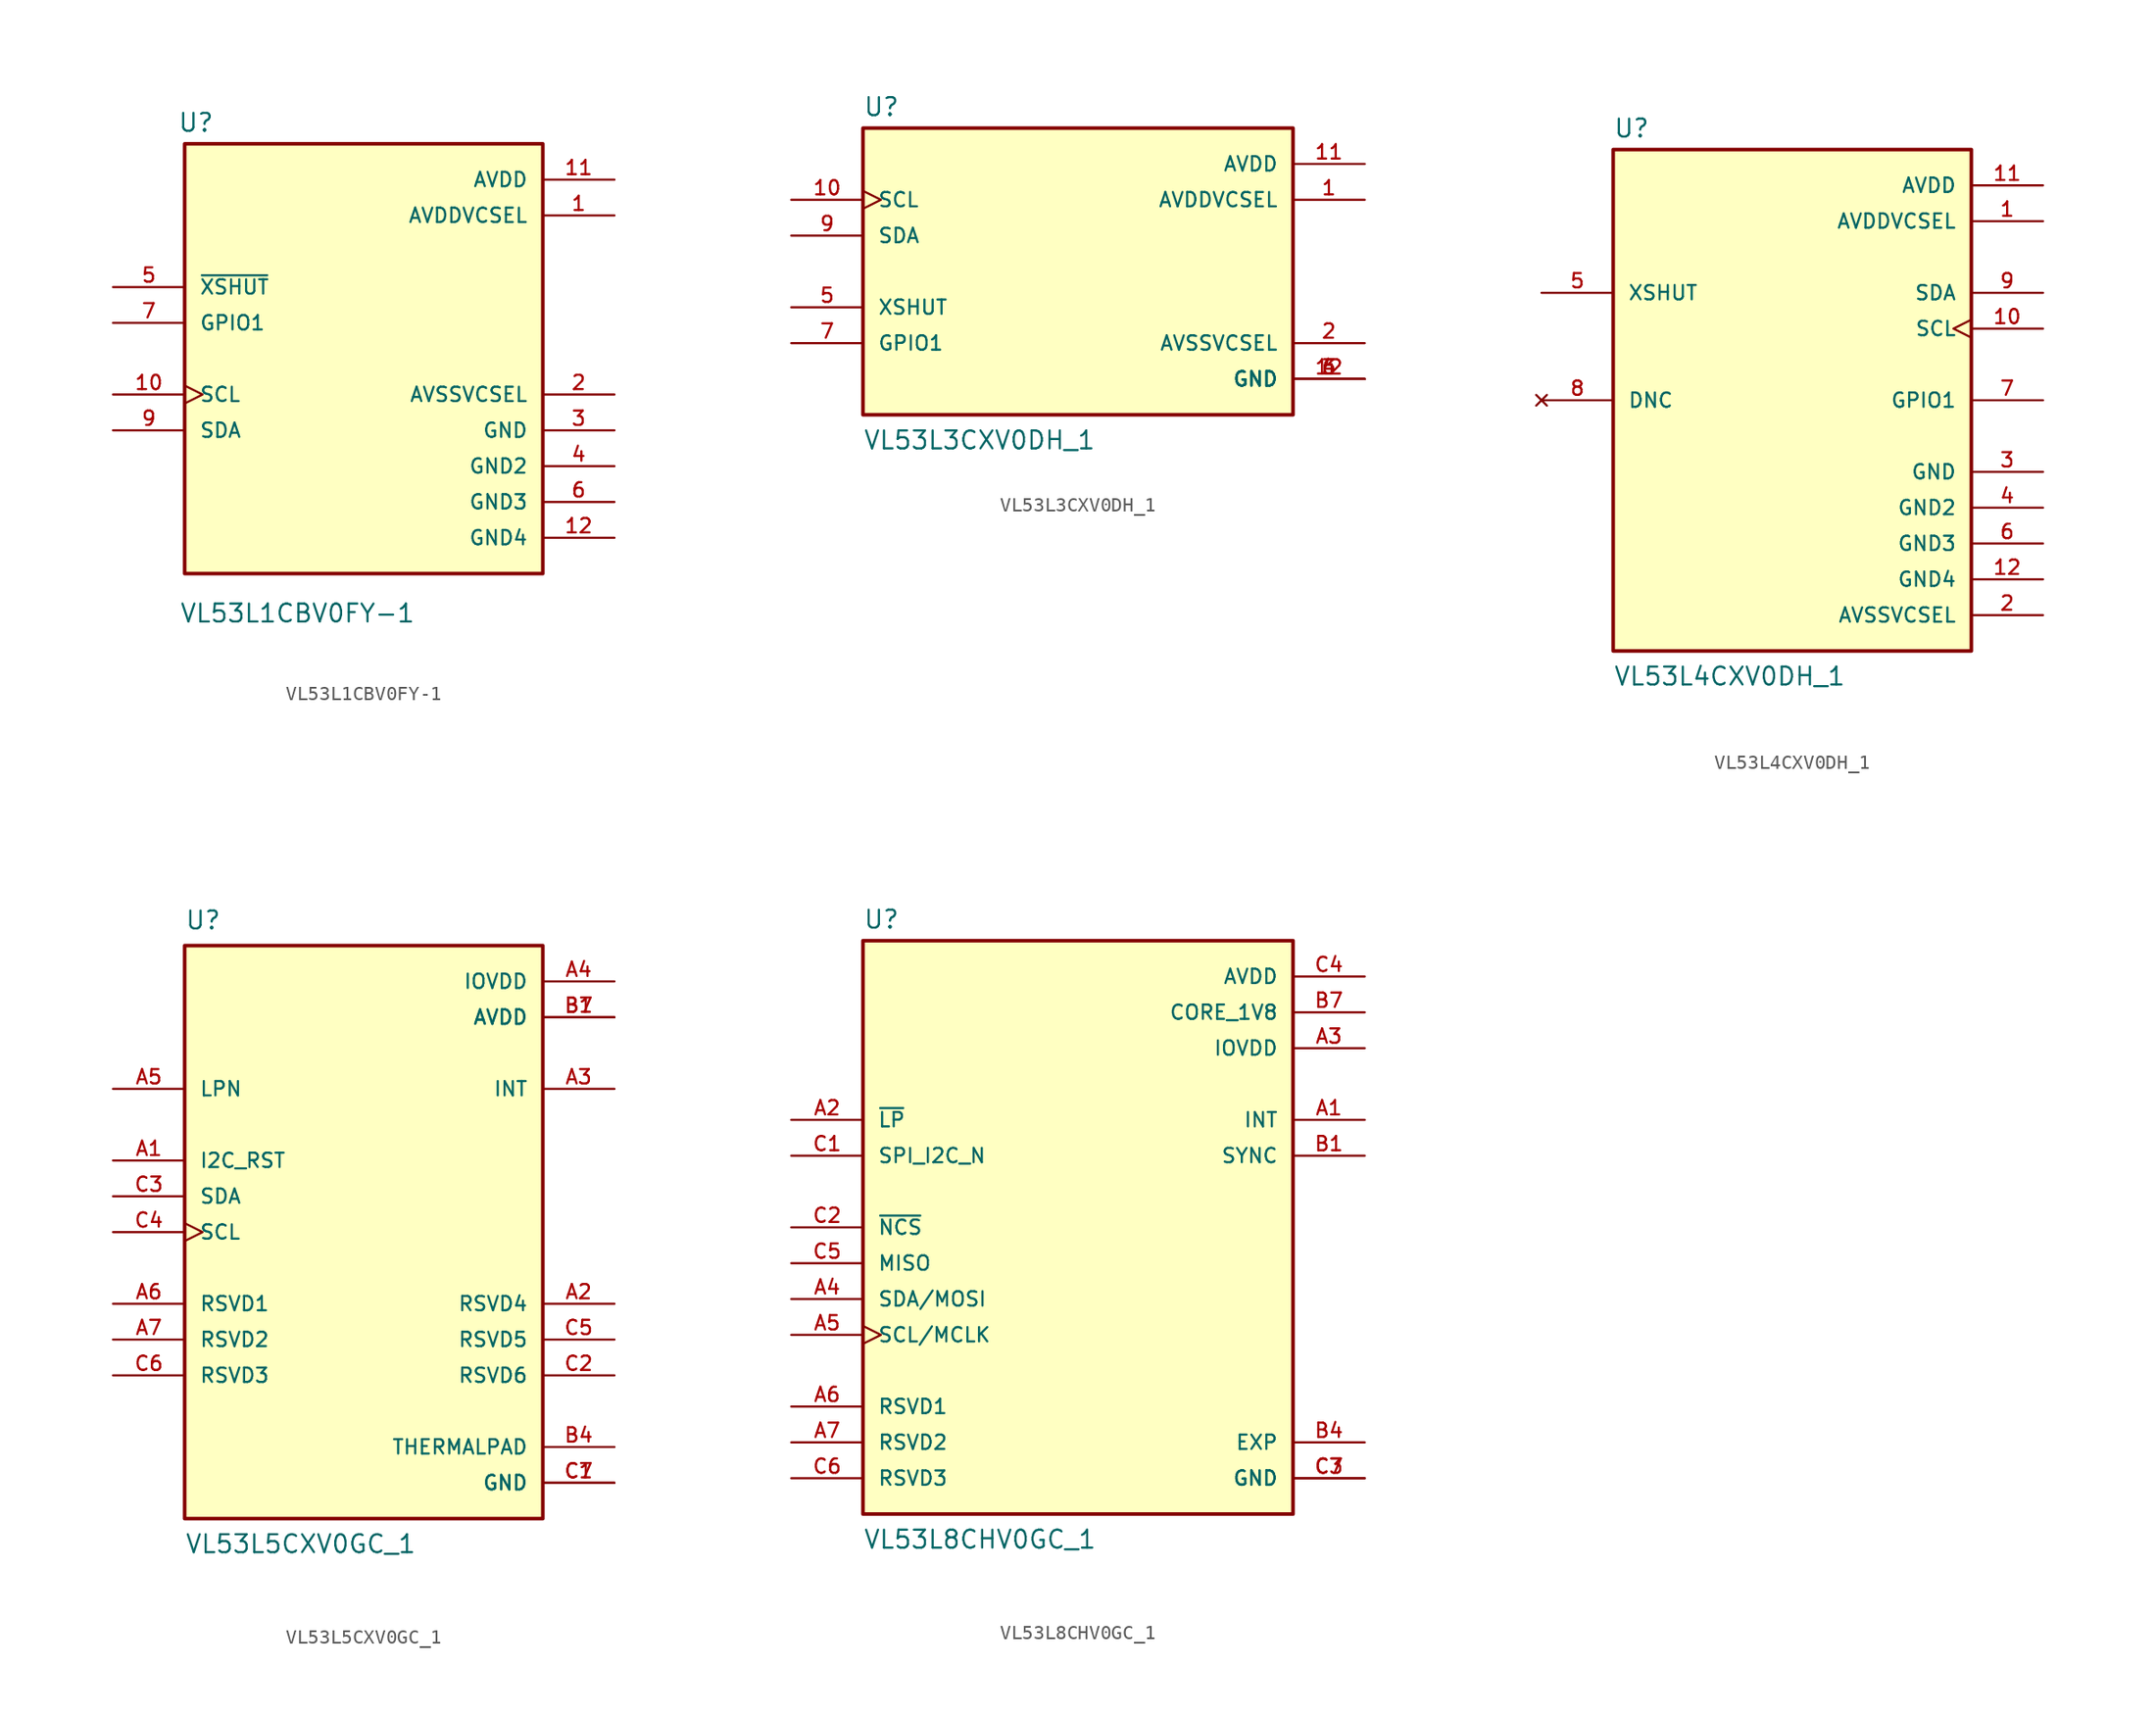
<source format=kicad_sym>
(kicad_symbol_lib
  (version 20231120)
  (generator "kicad_symbol_editor")
  (generator_version "8.0")
  (symbol "VL53L1CBV0FY-1"
    (pin_names
      (offset 1.016))
    (property "Reference" "U"
      (at -13.206 16.003 0)
      (effects (font (size 1.27 1.27)) (justify left bottom)))
    (property "Value" "VL53L1CBV0FY-1"
      (at -13.077 -18.798 0)
      (effects (font (size 1.27 1.27)) (justify left bottom)))
    (symbol "VL53L1CBV0FY-1_0_0"
      (rectangle (start -12.7 -15.24) (end 12.7 15.24) (stroke (width 0.254) (type default)) (fill (type background)))
      (pin power_in line (at 17.78 10.16 180) (length 5.08) (name "AVDDVCSEL" (effects (font (size 1.016 1.016)))) (number "1" (effects (font (size 1.016 1.016)))))
      (pin input clock (at -17.78 -2.54 0) (length 5.08) (name "SCL" (effects (font (size 1.016 1.016)))) (number "10" (effects (font (size 1.016 1.016)))))
      (pin power_in line (at 17.78 12.7 180) (length 5.08) (name "AVDD" (effects (font (size 1.016 1.016)))) (number "11" (effects (font (size 1.016 1.016)))))
      (pin power_in line (at 17.78 -12.7 180) (length 5.08) (name "GND4" (effects (font (size 1.016 1.016)))) (number "12" (effects (font (size 1.016 1.016)))))
      (pin power_in line (at 17.78 -2.54 180) (length 5.08) (name "AVSSVCSEL" (effects (font (size 1.016 1.016)))) (number "2" (effects (font (size 1.016 1.016)))))
      (pin power_in line (at 17.78 -5.08 180) (length 5.08) (name "GND" (effects (font (size 1.016 1.016)))) (number "3" (effects (font (size 1.016 1.016)))))
      (pin power_in line (at 17.78 -7.62 180) (length 5.08) (name "GND2" (effects (font (size 1.016 1.016)))) (number "4" (effects (font (size 1.016 1.016)))))
      (pin input line (at -17.78 5.08 0) (length 5.08) (name "~{XSHUT}" (effects (font (size 1.016 1.016)))) (number "5" (effects (font (size 1.016 1.016)))))
      (pin power_in line (at 17.78 -10.16 180) (length 5.08) (name "GND3" (effects (font (size 1.016 1.016)))) (number "6" (effects (font (size 1.016 1.016)))))
      (pin output line (at -17.78 2.54 0) (length 5.08) (name "GPIO1" (effects (font (size 1.016 1.016)))) (number "7" (effects (font (size 1.016 1.016)))))
      (pin bidirectional line (at -17.78 -5.08 0) (length 5.08) (name "SDA" (effects (font (size 1.016 1.016)))) (number "9" (effects (font (size 1.016 1.016)))))))
  (symbol "VL53L3CXV0DH_1"
    (pin_names
      (offset 1.016))
    (property "Reference" "U"
      (at -15.24 10.922 0)
      (effects (font (size 1.27 1.27)) (justify left bottom)))
    (property "Value" "VL53L3CXV0DH_1"
      (at -15.24 -12.7 0)
      (effects (font (size 1.27 1.27)) (justify left bottom)))
    (symbol "VL53L3CXV0DH_1_0_0"
      (rectangle (start -15.24 -10.16) (end 15.24 10.16) (stroke (width 0.254) (type default)) (fill (type background)))
      (pin power_in line (at 20.32 5.08 180) (length 5.08) (name "AVDDVCSEL" (effects (font (size 1.016 1.016)))) (number "1" (effects (font (size 1.016 1.016)))))
      (pin input clock (at -20.32 5.08 0) (length 5.08) (name "SCL" (effects (font (size 1.016 1.016)))) (number "10" (effects (font (size 1.016 1.016)))))
      (pin power_in line (at 20.32 7.62 180) (length 5.08) (name "AVDD" (effects (font (size 1.016 1.016)))) (number "11" (effects (font (size 1.016 1.016)))))
      (pin power_in line (at 20.32 -7.62 180) (length 5.08) (name "GND" (effects (font (size 1.016 1.016)))) (number "12" (effects (font (size 1.016 1.016)))))
      (pin power_in line (at 20.32 -5.08 180) (length 5.08) (name "AVSSVCSEL" (effects (font (size 1.016 1.016)))) (number "2" (effects (font (size 1.016 1.016)))))
      (pin power_in line (at 20.32 -7.62 180) (length 5.08) (name "GND" (effects (font (size 1.016 1.016)))) (number "3" (effects (font (size 1.016 1.016)))))
      (pin power_in line (at 20.32 -7.62 180) (length 5.08) (name "GND" (effects (font (size 1.016 1.016)))) (number "4" (effects (font (size 1.016 1.016)))))
      (pin input line (at -20.32 -2.54 0) (length 5.08) (name "XSHUT" (effects (font (size 1.016 1.016)))) (number "5" (effects (font (size 1.016 1.016)))))
      (pin power_in line (at 20.32 -7.62 180) (length 5.08) (name "GND" (effects (font (size 1.016 1.016)))) (number "6" (effects (font (size 1.016 1.016)))))
      (pin output line (at -20.32 -5.08 0) (length 5.08) (name "GPIO1" (effects (font (size 1.016 1.016)))) (number "7" (effects (font (size 1.016 1.016)))))
      (pin bidirectional line (at -20.32 2.54 0) (length 5.08) (name "SDA" (effects (font (size 1.016 1.016)))) (number "9" (effects (font (size 1.016 1.016)))))))
  (symbol "VL53L4CXV0DH_1"
    (pin_names
      (offset 1.016))
    (property "Reference" "U"
      (at -12.7 18.542 0)
      (effects (font (size 1.27 1.27)) (justify left bottom)))
    (property "Value" "VL53L4CXV0DH_1"
      (at -12.7 -20.32 0)
      (effects (font (size 1.27 1.27)) (justify left bottom)))
    (symbol "VL53L4CXV0DH_1_0_0"
      (rectangle (start -12.7 -17.78) (end 12.7 17.78) (stroke (width 0.254) (type default)) (fill (type background)))
      (pin power_in line (at 17.78 12.7 180) (length 5.08) (name "AVDDVCSEL" (effects (font (size 1.016 1.016)))) (number "1" (effects (font (size 1.016 1.016)))))
      (pin input clock (at 17.78 5.08 180) (length 5.08) (name "SCL" (effects (font (size 1.016 1.016)))) (number "10" (effects (font (size 1.016 1.016)))))
      (pin power_in line (at 17.78 15.24 180) (length 5.08) (name "AVDD" (effects (font (size 1.016 1.016)))) (number "11" (effects (font (size 1.016 1.016)))))
      (pin power_in line (at 17.78 -12.7 180) (length 5.08) (name "GND4" (effects (font (size 1.016 1.016)))) (number "12" (effects (font (size 1.016 1.016)))))
      (pin power_in line (at 17.78 -15.24 180) (length 5.08) (name "AVSSVCSEL" (effects (font (size 1.016 1.016)))) (number "2" (effects (font (size 1.016 1.016)))))
      (pin power_in line (at 17.78 -5.08 180) (length 5.08) (name "GND" (effects (font (size 1.016 1.016)))) (number "3" (effects (font (size 1.016 1.016)))))
      (pin power_in line (at 17.78 -7.62 180) (length 5.08) (name "GND2" (effects (font (size 1.016 1.016)))) (number "4" (effects (font (size 1.016 1.016)))))
      (pin input line (at -17.78 7.62 0) (length 5.08) (name "XSHUT" (effects (font (size 1.016 1.016)))) (number "5" (effects (font (size 1.016 1.016)))))
      (pin power_in line (at 17.78 -10.16 180) (length 5.08) (name "GND3" (effects (font (size 1.016 1.016)))) (number "6" (effects (font (size 1.016 1.016)))))
      (pin output line (at 17.78 0 180) (length 5.08) (name "GPIO1" (effects (font (size 1.016 1.016)))) (number "7" (effects (font (size 1.016 1.016)))))
      (pin no_connect line (at -17.78 0 0) (length 5.08) (name "DNC" (effects (font (size 1.016 1.016)))) (number "8" (effects (font (size 1.016 1.016)))))
      (pin bidirectional line (at 17.78 7.62 180) (length 5.08) (name "SDA" (effects (font (size 1.016 1.016)))) (number "9" (effects (font (size 1.016 1.016)))))))
  (symbol "VL53L5CXV0GC_1"
    (pin_names
      (offset 1.016))
    (property "Reference" "U"
      (at -12.7 22.86 0)
      (effects (font (size 1.27 1.27)) (justify left top)))
    (property "Value" "VL53L5CXV0GC_1"
      (at -12.7 -22.86 0)
      (effects (font (size 1.27 1.27)) (justify left bottom)))
    (symbol "VL53L5CXV0GC_1_0_0"
      (rectangle (start -12.7 -20.32) (end 12.7 20.32) (stroke (width 0.254) (type default)) (fill (type background)))
      (pin input line (at -17.78 5.08 0) (length 5.08) (name "I2C_RST" (effects (font (size 1.016 1.016)))) (number "A1" (effects (font (size 1.016 1.016)))))
      (pin power_in line (at 17.78 -5.08 180) (length 5.08) (name "RSVD4" (effects (font (size 1.016 1.016)))) (number "A2" (effects (font (size 1.016 1.016)))))
      (pin bidirectional line (at 17.78 10.16 180) (length 5.08) (name "INT" (effects (font (size 1.016 1.016)))) (number "A3" (effects (font (size 1.016 1.016)))))
      (pin power_in line (at 17.78 17.78 180) (length 5.08) (name "IOVDD" (effects (font (size 1.016 1.016)))) (number "A4" (effects (font (size 1.016 1.016)))))
      (pin input line (at -17.78 10.16 0) (length 5.08) (name "LPN" (effects (font (size 1.016 1.016)))) (number "A5" (effects (font (size 1.016 1.016)))))
      (pin power_in line (at -17.78 -5.08 0) (length 5.08) (name "RSVD1" (effects (font (size 1.016 1.016)))) (number "A6" (effects (font (size 1.016 1.016)))))
      (pin power_in line (at -17.78 -7.62 0) (length 5.08) (name "RSVD2" (effects (font (size 1.016 1.016)))) (number "A7" (effects (font (size 1.016 1.016)))))
      (pin power_in line (at 17.78 15.24 180) (length 5.08) (name "AVDD" (effects (font (size 1.016 1.016)))) (number "B1" (effects (font (size 1.016 1.016)))))
      (pin power_in line (at 17.78 -15.24 180) (length 5.08) (name "THERMALPAD" (effects (font (size 1.016 1.016)))) (number "B4" (effects (font (size 1.016 1.016)))))
      (pin power_in line (at 17.78 15.24 180) (length 5.08) (name "AVDD" (effects (font (size 1.016 1.016)))) (number "B7" (effects (font (size 1.016 1.016)))))
      (pin power_in line (at 17.78 -17.78 180) (length 5.08) (name "GND" (effects (font (size 1.016 1.016)))) (number "C1" (effects (font (size 1.016 1.016)))))
      (pin power_in line (at 17.78 -10.16 180) (length 5.08) (name "RSVD6" (effects (font (size 1.016 1.016)))) (number "C2" (effects (font (size 1.016 1.016)))))
      (pin bidirectional line (at -17.78 2.54 0) (length 5.08) (name "SDA" (effects (font (size 1.016 1.016)))) (number "C3" (effects (font (size 1.016 1.016)))))
      (pin input clock (at -17.78 0 0) (length 5.08) (name "SCL" (effects (font (size 1.016 1.016)))) (number "C4" (effects (font (size 1.016 1.016)))))
      (pin power_in line (at 17.78 -7.62 180) (length 5.08) (name "RSVD5" (effects (font (size 1.016 1.016)))) (number "C5" (effects (font (size 1.016 1.016)))))
      (pin power_in line (at -17.78 -10.16 0) (length 5.08) (name "RSVD3" (effects (font (size 1.016 1.016)))) (number "C6" (effects (font (size 1.016 1.016)))))
      (pin power_in line (at 17.78 -17.78 180) (length 5.08) (name "GND" (effects (font (size 1.016 1.016)))) (number "C7" (effects (font (size 1.016 1.016)))))))
  (symbol "VL53L8CHV0GC_1"
    (pin_names
      (offset 1.016))
    (property "Reference" "U"
      (at -15.24 21.082 0)
      (effects (font (size 1.27 1.27)) (justify left bottom)))
    (property "Value" "VL53L8CHV0GC_1"
      (at -15.24 -22.86 0)
      (effects (font (size 1.27 1.27)) (justify left bottom)))
    (symbol "VL53L8CHV0GC_1_0_0"
      (rectangle (start -15.24 -20.32) (end 15.24 20.32) (stroke (width 0.254) (type default)) (fill (type background)))
      (pin bidirectional line (at 20.32 7.62 180) (length 5.08) (name "INT" (effects (font (size 1.016 1.016)))) (number "A1" (effects (font (size 1.016 1.016)))))
      (pin input line (at -20.32 7.62 0) (length 5.08) (name "~{LP}" (effects (font (size 1.016 1.016)))) (number "A2" (effects (font (size 1.016 1.016)))))
      (pin power_in line (at 20.32 12.7 180) (length 5.08) (name "IOVDD" (effects (font (size 1.016 1.016)))) (number "A3" (effects (font (size 1.016 1.016)))))
      (pin bidirectional line (at -20.32 -5.08 0) (length 5.08) (name "SDA/MOSI" (effects (font (size 1.016 1.016)))) (number "A4" (effects (font (size 1.016 1.016)))))
      (pin input clock (at -20.32 -7.62 0) (length 5.08) (name "SCL/MCLK" (effects (font (size 1.016 1.016)))) (number "A5" (effects (font (size 1.016 1.016)))))
      (pin power_in line (at -20.32 -12.7 0) (length 5.08) (name "RSVD1" (effects (font (size 1.016 1.016)))) (number "A6" (effects (font (size 1.016 1.016)))))
      (pin power_in line (at -20.32 -15.24 0) (length 5.08) (name "RSVD2" (effects (font (size 1.016 1.016)))) (number "A7" (effects (font (size 1.016 1.016)))))
      (pin bidirectional line (at 20.32 5.08 180) (length 5.08) (name "SYNC" (effects (font (size 1.016 1.016)))) (number "B1" (effects (font (size 1.016 1.016)))))
      (pin power_in line (at 20.32 -15.24 180) (length 5.08) (name "EXP" (effects (font (size 1.016 1.016)))) (number "B4" (effects (font (size 1.016 1.016)))))
      (pin power_in line (at 20.32 15.24 180) (length 5.08) (name "CORE_1V8" (effects (font (size 1.016 1.016)))) (number "B7" (effects (font (size 1.016 1.016)))))
      (pin input line (at -20.32 5.08 0) (length 5.08) (name "SPI_I2C_N" (effects (font (size 1.016 1.016)))) (number "C1" (effects (font (size 1.016 1.016)))))
      (pin input line (at -20.32 0 0) (length 5.08) (name "~{NCS}" (effects (font (size 1.016 1.016)))) (number "C2" (effects (font (size 1.016 1.016)))))
      (pin power_in line (at 20.32 -17.78 180) (length 5.08) (name "GND" (effects (font (size 1.016 1.016)))) (number "C3" (effects (font (size 1.016 1.016)))))
      (pin power_in line (at 20.32 17.78 180) (length 5.08) (name "AVDD" (effects (font (size 1.016 1.016)))) (number "C4" (effects (font (size 1.016 1.016)))))
      (pin output line (at -20.32 -2.54 0) (length 5.08) (name "MISO" (effects (font (size 1.016 1.016)))) (number "C5" (effects (font (size 1.016 1.016)))))
      (pin power_in line (at -20.32 -17.78 0) (length 5.08) (name "RSVD3" (effects (font (size 1.016 1.016)))) (number "C6" (effects (font (size 1.016 1.016)))))
      (pin power_in line (at 20.32 -17.78 180) (length 5.08) (name "GND" (effects (font (size 1.016 1.016)))) (number "C7" (effects (font (size 1.016 1.016))))))))
</source>
